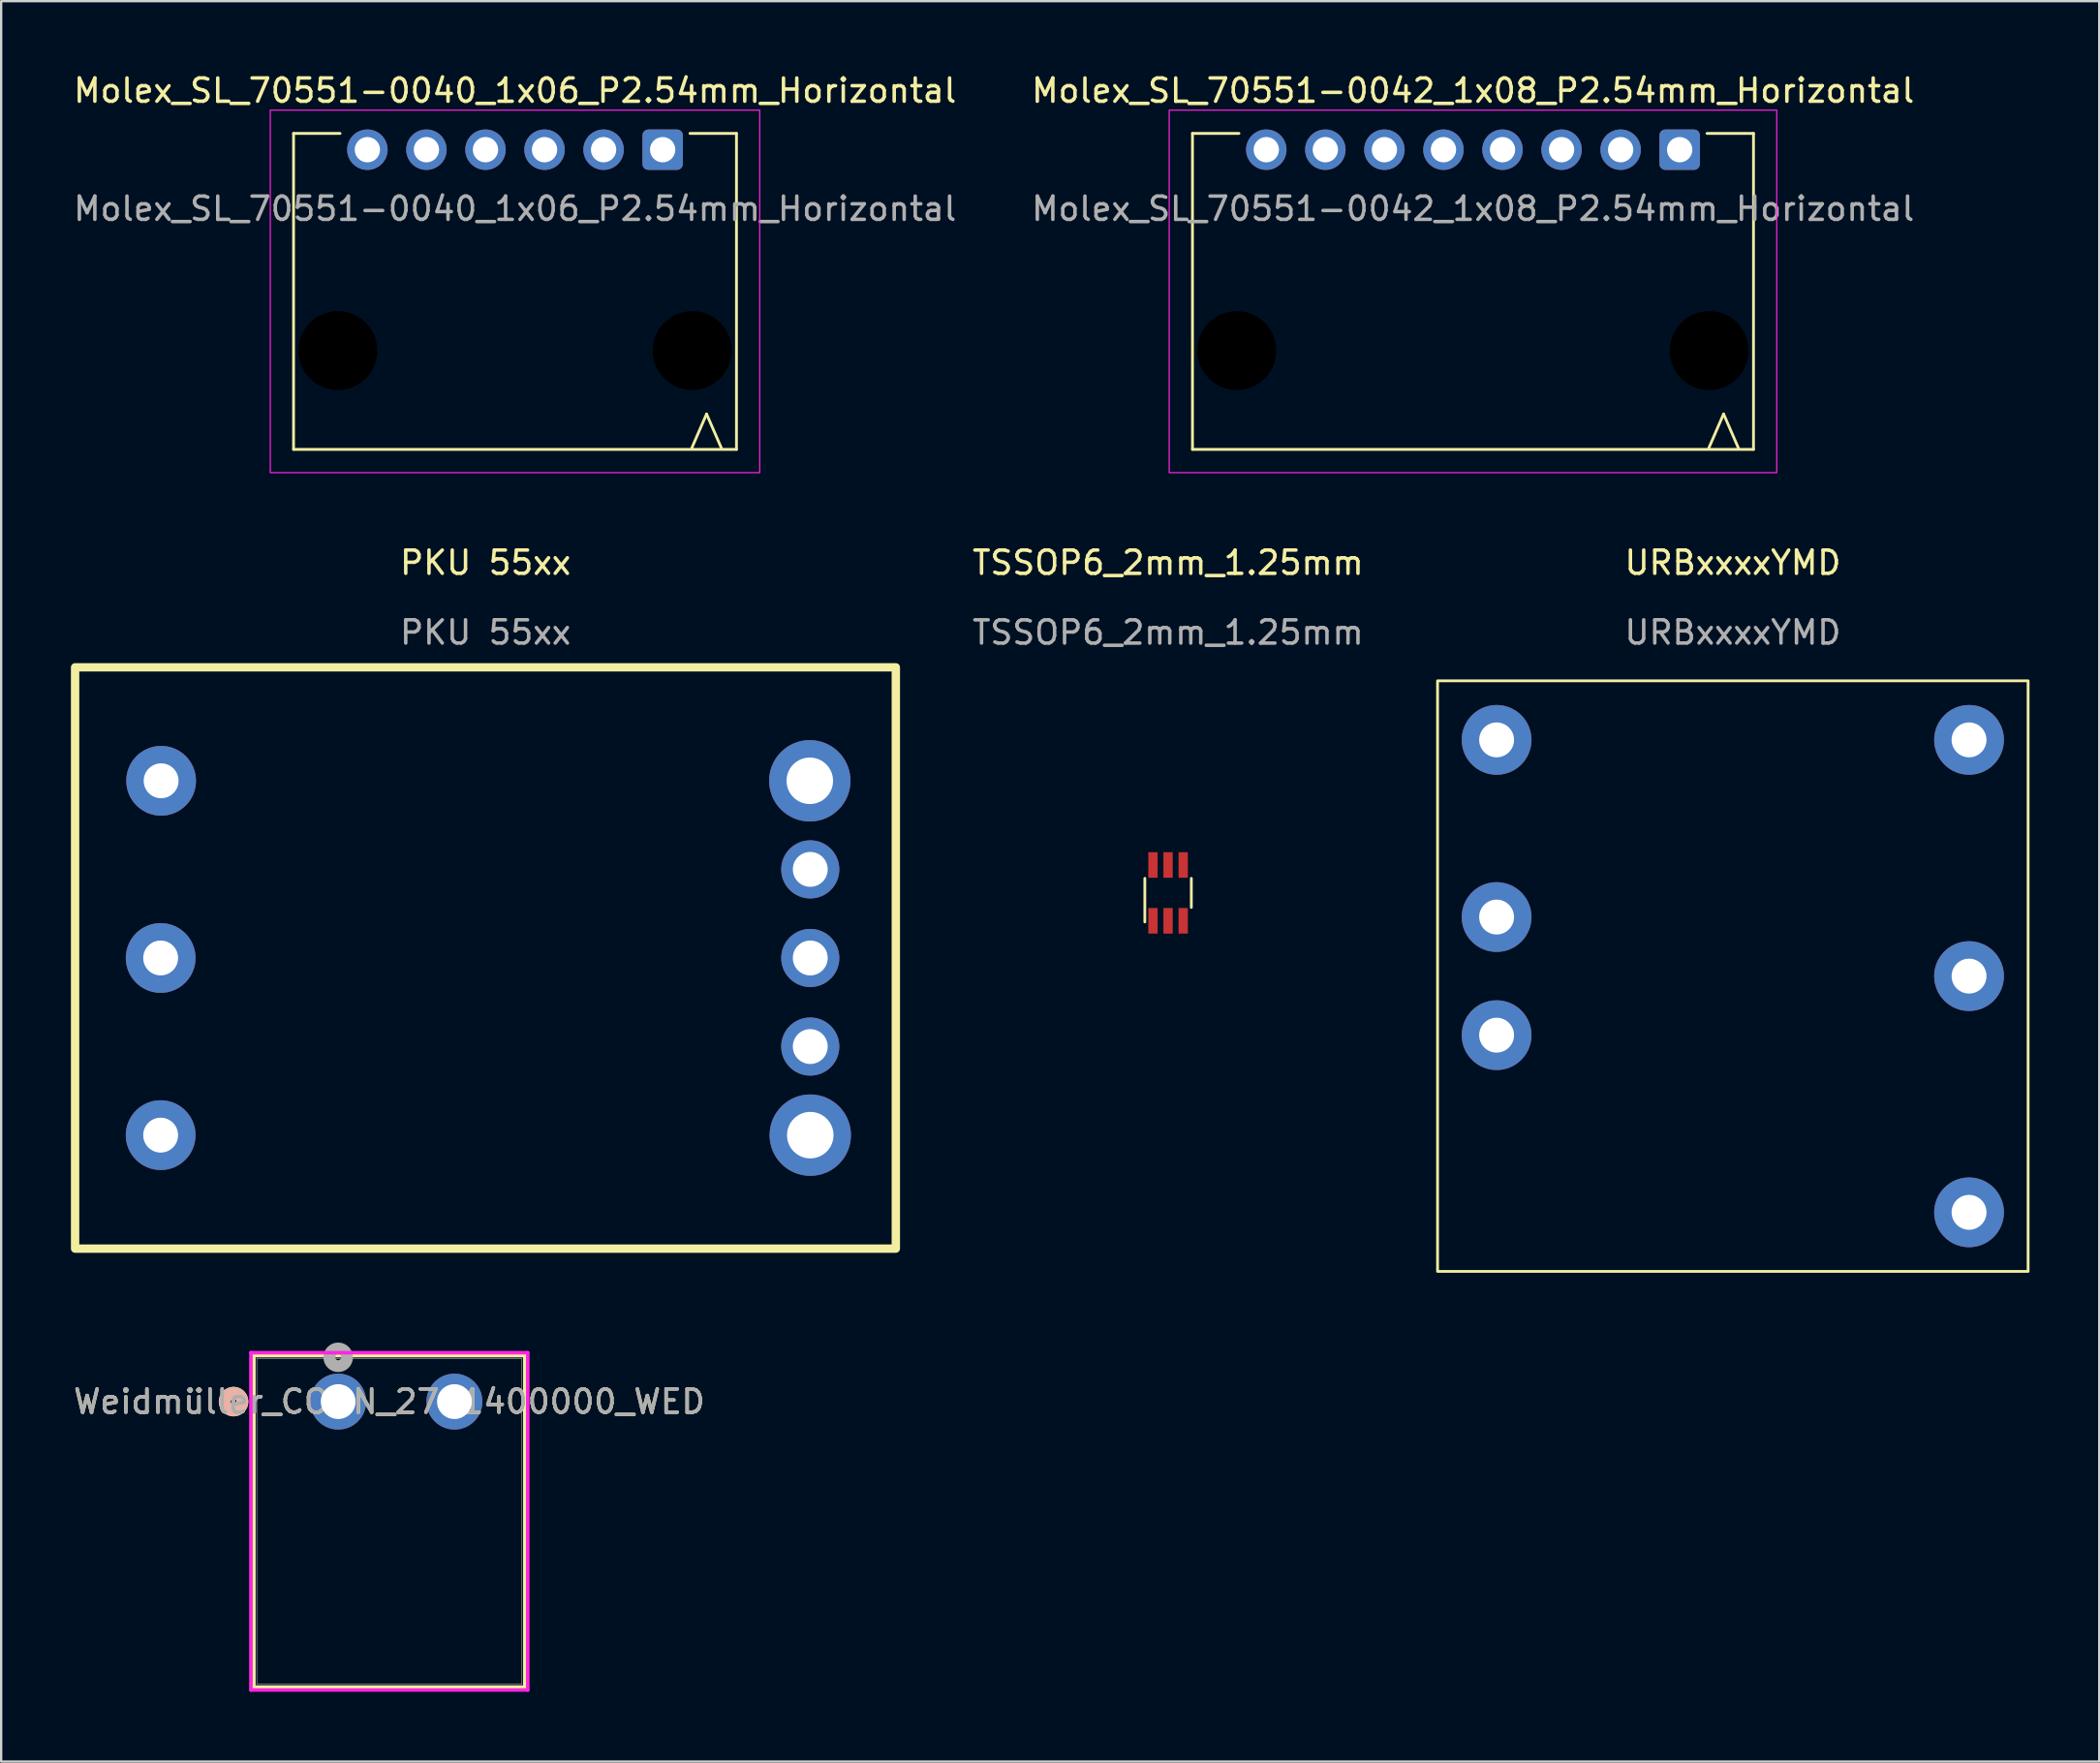
<source format=kicad_pcb>
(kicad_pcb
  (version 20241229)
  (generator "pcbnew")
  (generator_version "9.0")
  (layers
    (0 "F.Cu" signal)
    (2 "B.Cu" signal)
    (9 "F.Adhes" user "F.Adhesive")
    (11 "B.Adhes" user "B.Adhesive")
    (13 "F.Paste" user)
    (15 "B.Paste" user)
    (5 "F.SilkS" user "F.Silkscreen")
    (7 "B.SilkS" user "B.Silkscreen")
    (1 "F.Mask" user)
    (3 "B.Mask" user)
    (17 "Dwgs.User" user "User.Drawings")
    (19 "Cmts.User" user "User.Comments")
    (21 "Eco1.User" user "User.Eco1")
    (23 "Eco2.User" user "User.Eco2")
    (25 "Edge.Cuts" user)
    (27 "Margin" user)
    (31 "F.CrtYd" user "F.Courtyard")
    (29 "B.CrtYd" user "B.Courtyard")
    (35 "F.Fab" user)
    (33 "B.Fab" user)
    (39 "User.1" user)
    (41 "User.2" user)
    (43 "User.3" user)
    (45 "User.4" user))
  (footprint "Weidmüller_CONN_2741400000_WED"
    (layer "F.Cu")
    (at 11.496 57.231)
    (property "Reference" "Weidmüller_CONN_2741400000_WED" (at 2.2 0 0) (unlocked yes) (layer "F.SilkS") (effects (font (size 1 1) (thickness 0.15))))
    (attr through_hole)
    (fp_line (start -3.627 -1.977) (end -3.627 12.277) (stroke (width 0.152) (type solid)) (layer "F.SilkS"))
    (fp_line (start -3.627 12.277) (end 8.027 12.277) (stroke (width 0.152) (type solid)) (layer "F.SilkS"))
    (fp_line (start 8.027 -1.977) (end -3.627 -1.977) (stroke (width 0.152) (type solid)) (layer "F.SilkS"))
    (fp_line (start 8.027 12.277) (end 8.027 -1.977) (stroke (width 0.152) (type solid)) (layer "F.SilkS"))
    (fp_circle (center -4.5 0) (end -4.119 0) (stroke (width 0.508) (type solid)) (fill no) (layer "F.SilkS"))
    (fp_circle (center -4.5 0) (end -4.119 0) (stroke (width 0.508) (type solid)) (fill no) (layer "B.SilkS"))
    (fp_line (start -3.754 -2.104) (end -3.754 12.404) (stroke (width 0.152) (type solid)) (layer "F.CrtYd"))
    (fp_line (start -3.754 12.404) (end 8.154 12.404) (stroke (width 0.152) (type solid)) (layer "F.CrtYd"))
    (fp_line (start 8.154 -2.104) (end -3.754 -2.104) (stroke (width 0.152) (type solid)) (layer "F.CrtYd"))
    (fp_line (start 8.154 12.404) (end 8.154 -2.104) (stroke (width 0.152) (type solid)) (layer "F.CrtYd"))
    (fp_line (start -3.5 -1.85) (end -3.5 12.15) (stroke (width 0.025) (type solid)) (layer "F.Fab"))
    (fp_line (start -3.5 12.15) (end 7.9 12.15) (stroke (width 0.025) (type solid)) (layer "F.Fab"))
    (fp_line (start 7.9 -1.85) (end -3.5 -1.85) (stroke (width 0.025) (type solid)) (layer "F.Fab"))
    (fp_line (start 7.9 12.15) (end 7.9 -1.85) (stroke (width 0.025) (type solid)) (layer "F.Fab"))
    (fp_circle (center 0 -1.905) (end 0.381 -1.905) (stroke (width 0.508) (type solid)) (fill no) (layer "F.Fab"))
    (fp_text user "${REFERENCE}" (at 2.2 0 0) (unlocked yes) (layer "F.Fab") (effects (font (size 1 1) (thickness 0.15))))
    (pad "1" thru_hole circle (at 0 0) (size 2.405 2.405) (drill 1.497) (layers "*.Cu" "*.Mask"))
    (pad "2" thru_hole circle (at 5 0) (size 2.405 2.405) (drill 1.497) (layers "*.Cu" "*.Mask")))
  (footprint "Molex_SL_70551-0042_1x08_P2.54mm_Horizontal"
    (layer "F.Cu")
    (at 60.304 3.388)
    (property "Reference" "Molex_SL_70551-0042_1x08_P2.54mm_Horizontal" (at 0 -2.54 0) (layer "F.SilkS") (effects (font (size 1 1) (thickness 0.15))))
    (attr through_hole)
    (fp_line (start -12.065 12.89) (end -12.065 -0.7) (stroke (width 0.12) (type solid)) (layer "F.SilkS"))
    (fp_line (start -12.065 12.89) (end 12.065 12.89) (stroke (width 0.12) (type solid)) (layer "F.SilkS"))
    (fp_line (start -10.065 -0.7) (end -12.065 -0.7) (stroke (width 0.12) (type solid)) (layer "F.SilkS"))
    (fp_line (start 10.065 -0.7) (end 12.065 -0.7) (stroke (width 0.12) (type solid)) (layer "F.SilkS"))
    (fp_line (start 10.144 12.828) (end 10.779 11.368) (stroke (width 0.12) (type solid)) (layer "F.SilkS"))
    (fp_line (start 10.779 11.368) (end 11.414 12.828) (stroke (width 0.12) (type solid)) (layer "F.SilkS"))
    (fp_line (start 12.065 12.89) (end 12.065 -0.7) (stroke (width 0.12) (type solid)) (layer "F.SilkS"))
    (fp_rect (start -13.065 -1.7) (end 13.065 13.89) (stroke (width 0.05) (type solid)) (fill no) (layer "F.CrtYd"))
    (fp_text user "${REFERENCE}" (at 0 2.54 0) (layer "F.Fab") (effects (font (size 1 1) (thickness 0.15))))
    (pad "" np_thru_hole circle (at -10.16 8.64) (size 3.4 3.4) (drill 3.4) (layers "*.Mask"))
    (pad "" np_thru_hole circle (at 10.16 8.64) (size 3.4 3.4) (drill 3.4) (layers "*.Mask"))
    (pad "1" thru_hole roundrect (at 8.89 0) (size 1.74 1.74) (drill 1.09) (layers "*.Cu" "*.Mask") (roundrect_rratio 0.144))
    (pad "2" thru_hole circle (at 6.35 0) (size 1.74 1.74) (drill 1.09) (layers "*.Cu" "*.Mask"))
    (pad "3" thru_hole circle (at 3.81 0) (size 1.74 1.74) (drill 1.09) (layers "*.Cu" "*.Mask"))
    (pad "4" thru_hole circle (at 1.27 0) (size 1.74 1.74) (drill 1.09) (layers "*.Cu" "*.Mask"))
    (pad "5" thru_hole circle (at -1.27 0) (size 1.74 1.74) (drill 1.09) (layers "*.Cu" "*.Mask"))
    (pad "6" thru_hole circle (at -3.81 0) (size 1.74 1.74) (drill 1.09) (layers "*.Cu" "*.Mask"))
    (pad "7" thru_hole circle (at -6.35 0) (size 1.74 1.74) (drill 1.09) (layers "*.Cu" "*.Mask"))
    (pad "8" thru_hole circle (at -8.89 0) (size 1.74 1.74) (drill 1.09) (layers "*.Cu" "*.Mask")))
  (footprint "Molex_SL_70551-0040_1x06_P2.54mm_Horizontal"
    (layer "F.Cu")
    (at 19.101 3.388)
    (property "Reference" "Molex_SL_70551-0040_1x06_P2.54mm_Horizontal" (at 0 -2.54 0) (layer "F.SilkS") (effects (font (size 1 1) (thickness 0.15))))
    (attr through_hole)
    (fp_line (start -9.525 12.89) (end -9.525 -0.7) (stroke (width 0.12) (type solid)) (layer "F.SilkS"))
    (fp_line (start -9.525 12.89) (end 9.525 12.89) (stroke (width 0.12) (type solid)) (layer "F.SilkS"))
    (fp_line (start -7.525 -0.7) (end -9.525 -0.7) (stroke (width 0.12) (type solid)) (layer "F.SilkS"))
    (fp_line (start 7.525 -0.7) (end 9.525 -0.7) (stroke (width 0.12) (type solid)) (layer "F.SilkS"))
    (fp_line (start 7.604 12.828) (end 8.239 11.368) (stroke (width 0.12) (type solid)) (layer "F.SilkS"))
    (fp_line (start 8.239 11.368) (end 8.874 12.828) (stroke (width 0.12) (type solid)) (layer "F.SilkS"))
    (fp_line (start 9.525 12.89) (end 9.525 -0.7) (stroke (width 0.12) (type solid)) (layer "F.SilkS"))
    (fp_rect (start -10.525 -1.7) (end 10.525 13.89) (stroke (width 0.05) (type solid)) (fill no) (layer "F.CrtYd"))
    (fp_text user "${REFERENCE}" (at 0 2.54 0) (layer "F.Fab") (effects (font (size 1 1) (thickness 0.15))))
    (pad "" np_thru_hole circle (at -7.62 8.64) (size 3.4 3.4) (drill 3.4) (layers "*.Mask"))
    (pad "" np_thru_hole circle (at 7.62 8.64) (size 3.4 3.4) (drill 3.4) (layers "*.Mask"))
    (pad "1" thru_hole roundrect (at 6.35 0) (size 1.74 1.74) (drill 1.09) (layers "*.Cu" "*.Mask") (roundrect_rratio 0.144))
    (pad "2" thru_hole circle (at 3.81 0) (size 1.74 1.74) (drill 1.09) (layers "*.Cu" "*.Mask"))
    (pad "3" thru_hole circle (at 1.27 0) (size 1.74 1.74) (drill 1.09) (layers "*.Cu" "*.Mask"))
    (pad "4" thru_hole circle (at -1.27 0) (size 1.74 1.74) (drill 1.09) (layers "*.Cu" "*.Mask"))
    (pad "5" thru_hole circle (at -3.81 0) (size 1.74 1.74) (drill 1.09) (layers "*.Cu" "*.Mask"))
    (pad "6" thru_hole circle (at -6.35 0) (size 1.74 1.74) (drill 1.09) (layers "*.Cu" "*.Mask")))
  (footprint "TSSOP6_2mm_1.25mm"
    (layer "F.Cu")
    (at 47.19 35.352)
    (property "Reference" "TSSOP6_2mm_1.25mm" (at 0 -14.2 0) (unlocked yes) (layer "F.SilkS") (effects (font (size 1 1) (thickness 0.15))))
    (attr smd)
    (fp_line (start -1 -0.625) (end -1 1.25) (stroke (width 0.12) (type solid)) (layer "F.SilkS"))
    (fp_line (start 1 -0.625) (end 1 0.625) (stroke (width 0.12) (type solid)) (layer "F.SilkS"))
    (fp_text user "${REFERENCE}" (at 0 -11.2 0) (unlocked yes) (layer "F.Fab") (effects (font (size 1 1) (thickness 0.15))))
    (pad "1" smd rect (at -0.65 1.2 270) (size 1.1 0.4) (layers "F.Cu" "F.Mask" "F.Paste"))
    (pad "2" smd rect (at 0 1.2 270) (size 1.1 0.4) (layers "F.Cu" "F.Mask" "F.Paste"))
    (pad "3" smd rect (at 0.65 1.2 270) (size 1.1 0.4) (layers "F.Cu" "F.Mask" "F.Paste"))
    (pad "4" smd rect (at 0.65 -1.2 270) (size 1.1 0.4) (layers "F.Cu" "F.Mask" "F.Paste"))
    (pad "5" smd rect (at 0 -1.2 270) (size 1.1 0.4) (layers "F.Cu" "F.Mask" "F.Paste"))
    (pad "6" smd rect (at -0.65 -1.2 270) (size 1.1 0.4) (layers "F.Cu" "F.Mask" "F.Paste")))
  (footprint "PKU 55xx"
    (layer "F.Cu")
    (at 17.83 38.151)
    (property "Reference" "PKU 55xx" (at 0 -17 0) (unlocked yes) (layer "F.SilkS") (effects (font (size 1 1) (thickness 0.15))))
    (attr through_hole)
    (fp_rect (start -17.65 -12.5) (end 17.65 12.5) (stroke (width 0.36) (type solid)) (fill no) (layer "F.SilkS"))
    (fp_text user "${REFERENCE}" (at 0 -14 0) (unlocked yes) (layer "F.Fab") (effects (font (size 1 1) (thickness 0.15))))
    (pad "1" thru_hole circle (at -13.95 -7.62) (size 3 3) (drill 1.5) (layers "*.Cu" "*.Mask"))
    (pad "2" thru_hole circle (at -13.97 0) (size 3 3) (drill 1.5) (layers "*.Cu" "*.Mask"))
    (pad "3" thru_hole circle (at -13.97 7.62) (size 3 3) (drill 1.5) (layers "*.Cu" "*.Mask"))
    (pad "4" thru_hole circle (at 13.97 7.62) (size 3.5 3.5) (drill 2) (layers "*.Cu" "*.Mask"))
    (pad "5" thru_hole circle (at 13.97 3.81) (size 2.5 2.5) (drill 1.5) (layers "*.Cu" "*.Mask"))
    (pad "6" thru_hole circle (at 13.97 0) (size 2.5 2.5) (drill 1.5) (layers "*.Cu" "*.Mask"))
    (pad "7" thru_hole circle (at 13.97 -3.81) (size 2.5 2.5) (drill 1.5) (layers "*.Cu" "*.Mask"))
    (pad "8" thru_hole circle (at 13.95 -7.62) (size 3.5 3.5) (drill 2) (layers "*.Cu" "*.Mask")))
  (footprint "URBxxxxYMD"
    (layer "F.Cu")
    (at 71.48 38.931)
    (property "Reference" "URBxxxxYMD" (at 0 -17.78 0) (unlocked yes) (layer "F.SilkS") (effects (font (size 1 1) (thickness 0.15))))
    (attr through_hole)
    (fp_rect (start -12.7 -12.7) (end 12.7 12.7) (stroke (width 0.12) (type solid)) (fill no) (layer "F.SilkS"))
    (fp_text user "${REFERENCE}" (at 0 -14.78 0) (unlocked yes) (layer "F.Fab") (effects (font (size 1 1) (thickness 0.15))))
    (pad "1" thru_hole circle (at -10.16 -10.16) (size 3 3) (drill 1.5) (layers "*.Cu" "*.Mask"))
    (pad "2" thru_hole circle (at -10.16 -2.54) (size 3 3) (drill 1.5) (layers "*.Cu" "*.Mask"))
    (pad "3" thru_hole circle (at -10.16 2.54) (size 3 3) (drill 1.5) (layers "*.Cu" "*.Mask"))
    (pad "4" thru_hole circle (at 10.16 10.16) (size 3 3) (drill 1.5) (layers "*.Cu" "*.Mask"))
    (pad "5" thru_hole circle (at 10.16 0) (size 3 3) (drill 1.5) (layers "*.Cu" "*.Mask"))
    (pad "6" thru_hole circle (at 10.16 -10.16) (size 3 3) (drill 1.5) (layers "*.Cu" "*.Mask")))
  (gr_rect
    (start -3 -3)
    (end 87.24 72.712)
    (stroke (width 0.1) (type default))
    (fill no)
    (layer "Edge.Cuts")))
</source>
